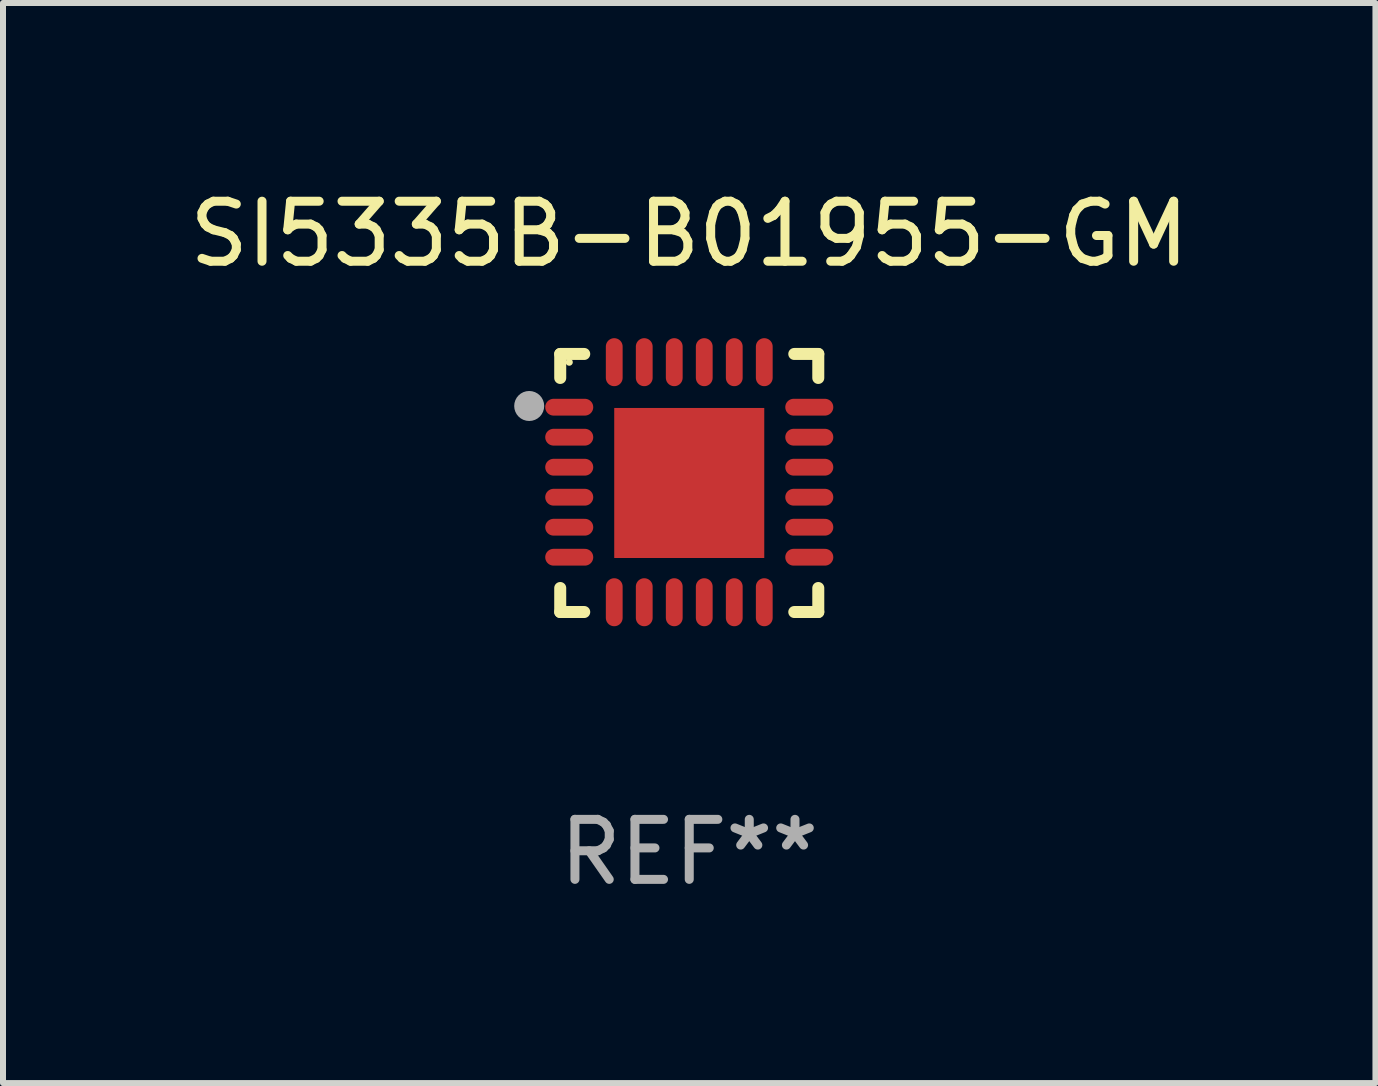
<source format=kicad_pcb>
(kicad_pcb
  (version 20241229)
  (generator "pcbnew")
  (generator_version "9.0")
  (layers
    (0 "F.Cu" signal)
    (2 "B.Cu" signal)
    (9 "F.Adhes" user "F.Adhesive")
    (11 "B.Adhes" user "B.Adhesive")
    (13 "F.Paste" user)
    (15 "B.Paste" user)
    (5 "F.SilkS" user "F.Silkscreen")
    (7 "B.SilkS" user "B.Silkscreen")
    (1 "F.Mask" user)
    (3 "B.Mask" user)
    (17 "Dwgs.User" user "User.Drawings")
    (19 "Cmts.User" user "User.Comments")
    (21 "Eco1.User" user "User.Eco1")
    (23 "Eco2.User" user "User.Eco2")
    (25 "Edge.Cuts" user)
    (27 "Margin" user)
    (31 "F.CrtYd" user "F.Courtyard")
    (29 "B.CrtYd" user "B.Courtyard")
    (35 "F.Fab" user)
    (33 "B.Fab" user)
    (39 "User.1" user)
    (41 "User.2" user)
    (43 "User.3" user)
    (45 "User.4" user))
  (footprint "SI5335B-B01955-GM"
    (layer "F.Cu")
    (at 8.435 4.998)
    (property "Reference" "SI5335B-B01955-GM" (at 0 -4.15 0) (layer "F.SilkS") (effects (font (size 1 1) (thickness 0.15))))
    (attr through_hole)
    (fp_line (start -2.15 -2.15) (end -1.75 -2.15) (stroke (width 0.2) (type solid)) (layer "F.SilkS"))
    (fp_line (start -2.15 -1.75) (end -2.15 -2.15) (stroke (width 0.2) (type solid)) (layer "F.SilkS"))
    (fp_line (start -2.15 2.15) (end -2.15 1.75) (stroke (width 0.2) (type solid)) (layer "F.SilkS"))
    (fp_line (start -1.75 2.15) (end -2.15 2.15) (stroke (width 0.2) (type solid)) (layer "F.SilkS"))
    (fp_line (start 1.75 -2.15) (end 2.15 -2.15) (stroke (width 0.2) (type solid)) (layer "F.SilkS"))
    (fp_line (start 1.75 2.15) (end 2.15 2.15) (stroke (width 0.2) (type solid)) (layer "F.SilkS"))
    (fp_line (start 2.15 -2.15) (end 2.15 -1.75) (stroke (width 0.2) (type solid)) (layer "F.SilkS"))
    (fp_line (start 2.15 2.15) (end 2.15 1.75) (stroke (width 0.2) (type solid)) (layer "F.SilkS"))
    (fp_circle (center -2 -2.013) (end -1.97 -2.013) (stroke (width 0.06) (type solid)) (fill no) (layer "F.SilkS"))
    (fp_circle (center -2.667 -1.283) (end -2.542 -1.283) (stroke (width 0.25) (type solid)) (fill no) (layer "F.Fab"))
    (fp_text user "REF**" (at 0 6.15 0) (layer "F.Fab") (effects (font (size 1 1) (thickness 0.15))))
    (pad "1" smd oval (at -2 -1.263) (size 0.8 0.28) (layers "F.Cu" "F.Mask" "F.Paste"))
    (pad "2" smd oval (at -2 -0.763) (size 0.8 0.28) (layers "F.Cu" "F.Mask" "F.Paste"))
    (pad "3" smd oval (at -2 -0.263) (size 0.8 0.28) (layers "F.Cu" "F.Mask" "F.Paste"))
    (pad "4" smd oval (at -2 0.237) (size 0.8 0.28) (layers "F.Cu" "F.Mask" "F.Paste"))
    (pad "5" smd oval (at -2 0.737) (size 0.8 0.28) (layers "F.Cu" "F.Mask" "F.Paste"))
    (pad "6" smd oval (at -2 1.237) (size 0.8 0.28) (layers "F.Cu" "F.Mask" "F.Paste"))
    (pad "7" smd oval (at -1.25 1.987) (size 0.28 0.8) (layers "F.Cu" "F.Mask" "F.Paste"))
    (pad "8" smd oval (at -0.75 1.987) (size 0.28 0.8) (layers "F.Cu" "F.Mask" "F.Paste"))
    (pad "9" smd oval (at -0.25 1.987) (size 0.28 0.8) (layers "F.Cu" "F.Mask" "F.Paste"))
    (pad "10" smd oval (at 0.25 1.987) (size 0.28 0.8) (layers "F.Cu" "F.Mask" "F.Paste"))
    (pad "11" smd oval (at 0.75 1.987) (size 0.28 0.8) (layers "F.Cu" "F.Mask" "F.Paste"))
    (pad "12" smd oval (at 1.25 1.987) (size 0.28 0.8) (layers "F.Cu" "F.Mask" "F.Paste"))
    (pad "13" smd oval (at 2 1.237) (size 0.8 0.28) (layers "F.Cu" "F.Mask" "F.Paste"))
    (pad "14" smd oval (at 2 0.737) (size 0.8 0.28) (layers "F.Cu" "F.Mask" "F.Paste"))
    (pad "15" smd oval (at 2 0.237) (size 0.8 0.28) (layers "F.Cu" "F.Mask" "F.Paste"))
    (pad "16" smd oval (at 2 -0.263) (size 0.8 0.28) (layers "F.Cu" "F.Mask" "F.Paste"))
    (pad "17" smd oval (at 2 -0.763) (size 0.8 0.28) (layers "F.Cu" "F.Mask" "F.Paste"))
    (pad "18" smd oval (at 2 -1.263) (size 0.8 0.28) (layers "F.Cu" "F.Mask" "F.Paste"))
    (pad "19" smd oval (at 1.25 -2.013) (size 0.28 0.8) (layers "F.Cu" "F.Mask" "F.Paste"))
    (pad "20" smd oval (at 0.75 -2.013) (size 0.28 0.8) (layers "F.Cu" "F.Mask" "F.Paste"))
    (pad "21" smd oval (at 0.25 -2.013) (size 0.28 0.8) (layers "F.Cu" "F.Mask" "F.Paste"))
    (pad "22" smd oval (at -0.25 -2.013) (size 0.28 0.8) (layers "F.Cu" "F.Mask" "F.Paste"))
    (pad "23" smd oval (at -0.75 -2.013) (size 0.28 0.8) (layers "F.Cu" "F.Mask" "F.Paste"))
    (pad "24" smd oval (at -1.25 -2.013) (size 0.28 0.8) (layers "F.Cu" "F.Mask" "F.Paste"))
    (pad "25" smd rect (at -0.000127 -0.00014) (size 2.5 2.5) (layers "F.Cu" "F.Mask" "F.Paste")))
  (gr_rect
    (start -3 -3)
    (end 19.869 14.997)
    (stroke (width 0.1) (type default))
    (fill no)
    (layer "Edge.Cuts")))
</source>
